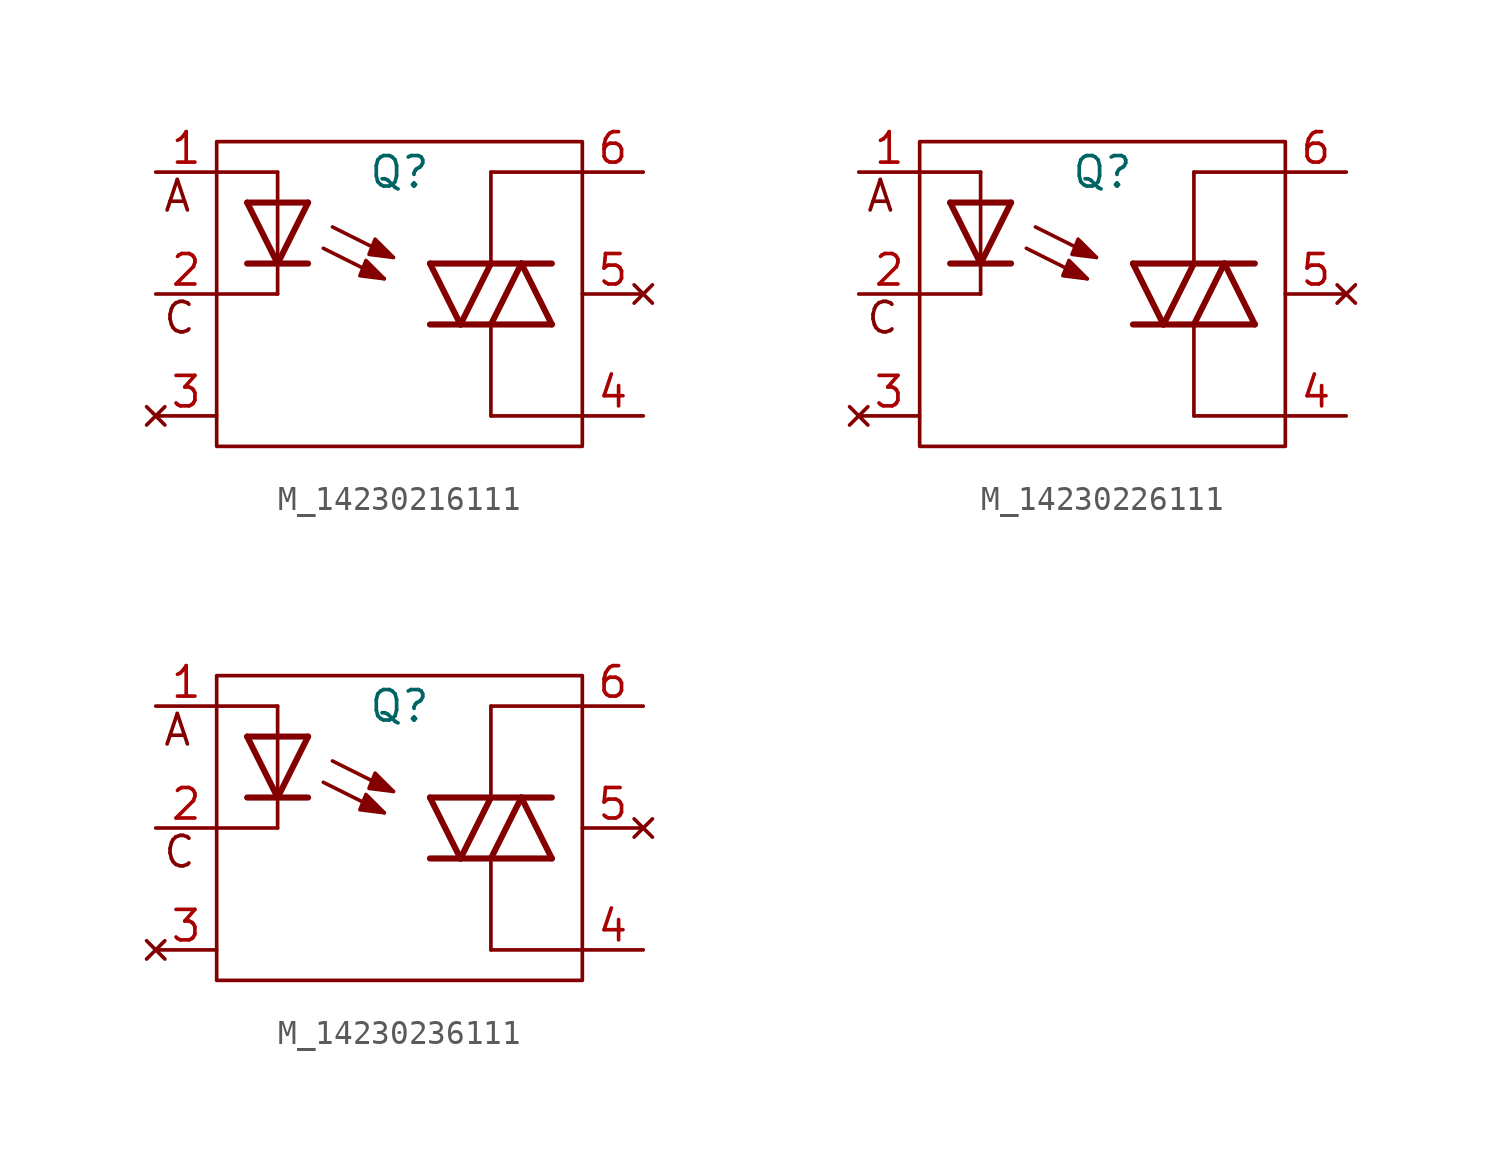
<source format=kicad_sym>
(kicad_symbol_lib
  (version 20220914)
  (generator kicad_symbol_editor)
  (symbol "M_14230216111"
    (pin_names hide)
    (property "Reference" "Q"
      (at 0 5.08 0)
      (effects (font (size 1.27 1.27))))
    (symbol "M_14230216111_0_0"
      (rectangle (start -7.62 6.35) (end 7.62 -6.35) (stroke (width 0) (type default)) (fill (type none)))
      (polyline (pts (xy -5.08 0) (xy -7.62 0)) (stroke (width 0.152) (type default)) (fill (type none)))
      (polyline (pts (xy -5.08 1.27) (xy -6.35 1.27)) (stroke (width 0.254) (type default)) (fill (type none)))
      (polyline (pts (xy -5.08 1.27) (xy -6.35 3.81)) (stroke (width 0.254) (type default)) (fill (type none)))
      (polyline (pts (xy -5.08 1.27) (xy -5.08 0)) (stroke (width 0.152) (type default)) (fill (type none)))
      (polyline (pts (xy -5.08 3.81) (xy -6.35 3.81)) (stroke (width 0.254) (type default)) (fill (type none)))
      (polyline (pts (xy -5.08 3.81) (xy -5.08 1.27)) (stroke (width 0.152) (type default)) (fill (type none)))
      (polyline (pts (xy -5.08 3.81) (xy -5.08 5.08)) (stroke (width 0.152) (type default)) (fill (type none)))
      (polyline (pts (xy -5.08 5.08) (xy -7.62 5.08)) (stroke (width 0.152) (type default)) (fill (type none)))
      (polyline (pts (xy -3.81 1.27) (xy -5.08 1.27)) (stroke (width 0.254) (type default)) (fill (type none)))
      (polyline (pts (xy -3.81 3.81) (xy -5.08 1.27)) (stroke (width 0.254) (type default)) (fill (type none)))
      (polyline (pts (xy -3.81 3.81) (xy -5.08 3.81)) (stroke (width 0.254) (type default)) (fill (type none)))
      (polyline (pts (xy -3.175 1.905) (xy -0.635 0.635)) (stroke (width 0.152) (type default)) (fill (type none)))
      (polyline (pts (xy -2.794 2.794) (xy -0.254 1.524)) (stroke (width 0.152) (type default)) (fill (type none)))
      (polyline (pts (xy 2.54 -1.27) (xy 1.27 -1.27)) (stroke (width 0.254) (type default)) (fill (type none)))
      (polyline (pts (xy 2.54 -1.27) (xy 1.27 1.27)) (stroke (width 0.254) (type default)) (fill (type none)))
      (polyline (pts (xy 3.81 -1.27) (xy 2.54 -1.27)) (stroke (width 0.254) (type default)) (fill (type none)))
      (polyline (pts (xy 3.81 -1.27) (xy 3.81 -5.08)) (stroke (width 0.152) (type default)) (fill (type none)))
      (polyline (pts (xy 3.81 -1.27) (xy 5.08 1.27)) (stroke (width 0.254) (type default)) (fill (type none)))
      (polyline (pts (xy 3.81 -1.27) (xy 6.35 -1.27)) (stroke (width 0.254) (type default)) (fill (type none)))
      (polyline (pts (xy 3.81 1.27) (xy 1.27 1.27)) (stroke (width 0.254) (type default)) (fill (type none)))
      (polyline (pts (xy 3.81 1.27) (xy 2.54 -1.27)) (stroke (width 0.254) (type default)) (fill (type none)))
      (polyline (pts (xy 3.81 1.27) (xy 3.81 5.08)) (stroke (width 0.152) (type default)) (fill (type none)))
      (polyline (pts (xy 3.81 1.27) (xy 5.08 1.27)) (stroke (width 0.254) (type default)) (fill (type none)))
      (polyline (pts (xy 5.08 1.27) (xy 6.35 -1.27)) (stroke (width 0.254) (type default)) (fill (type none)))
      (polyline (pts (xy 5.08 1.27) (xy 6.35 1.27)) (stroke (width 0.254) (type default)) (fill (type none)))
      (polyline (pts (xy 7.62 -5.08) (xy 3.81 -5.08)) (stroke (width 0.152) (type default)) (fill (type none)))
      (polyline (pts (xy 7.62 5.08) (xy 3.81 5.08)) (stroke (width 0.152) (type default)) (fill (type none)))
      (polyline (pts (xy -1.397 1.397) (xy -0.635 0.635) (xy -1.651 0.762) (xy -1.397 1.397)) (stroke (width 0.152) (type default)) (fill (type outline)))
      (polyline (pts (xy -1.016 2.286) (xy -0.254 1.524) (xy -1.27 1.651) (xy -1.016 2.286)) (stroke (width 0.152) (type default)) (fill (type outline)))
      (text "A" (at -9.906 4.826 0) (effects (font (size 1.27 1.27)) (justify left top)))
      (text "C" (at -9.906 -0.254 0) (effects (font (size 1.27 1.27)) (justify left top))))
    (symbol "M_14230216111_1_0"
      (pin passive line (at -10.16 5.08 0) (length 2.54) (name "Anode" (effects (font (size 1.27 1.27)))) (number "1" (effects (font (size 1.27 1.27)))))
      (pin passive line (at -10.16 0 0) (length 2.54) (name "Cathode" (effects (font (size 1.27 1.27)))) (number "2" (effects (font (size 1.27 1.27)))))
      (pin no_connect line (at -10.16 -5.08 0) (length 2.54) (name "NC" (effects (font (size 1.27 1.27)))) (number "3" (effects (font (size 1.27 1.27)))))
      (pin passive line (at 10.16 -5.08 180) (length 2.54) (name "Teminal" (effects (font (size 1.27 1.27)))) (number "4" (effects (font (size 1.27 1.27)))))
      (pin no_connect line (at 10.16 0 180) (length 2.54) (name "NC" (effects (font (size 1.27 1.27)))) (number "5" (effects (font (size 1.27 1.27)))))
      (pin passive line (at 10.16 5.08 180) (length 2.54) (name "Teminal" (effects (font (size 1.27 1.27)))) (number "6" (effects (font (size 1.27 1.27)))))))
  (symbol "M_14230226111"
    (pin_names hide)
    (property "Reference" "Q"
      (at 0 5.08 0)
      (effects (font (size 1.27 1.27))))
    (symbol "M_14230226111_0_0"
      (rectangle (start -7.62 6.35) (end 7.62 -6.35) (stroke (width 0) (type default)) (fill (type none)))
      (polyline (pts (xy -5.08 0) (xy -7.62 0)) (stroke (width 0.152) (type default)) (fill (type none)))
      (polyline (pts (xy -5.08 1.27) (xy -6.35 1.27)) (stroke (width 0.254) (type default)) (fill (type none)))
      (polyline (pts (xy -5.08 1.27) (xy -6.35 3.81)) (stroke (width 0.254) (type default)) (fill (type none)))
      (polyline (pts (xy -5.08 1.27) (xy -5.08 0)) (stroke (width 0.152) (type default)) (fill (type none)))
      (polyline (pts (xy -5.08 3.81) (xy -6.35 3.81)) (stroke (width 0.254) (type default)) (fill (type none)))
      (polyline (pts (xy -5.08 3.81) (xy -5.08 1.27)) (stroke (width 0.152) (type default)) (fill (type none)))
      (polyline (pts (xy -5.08 3.81) (xy -5.08 5.08)) (stroke (width 0.152) (type default)) (fill (type none)))
      (polyline (pts (xy -5.08 5.08) (xy -7.62 5.08)) (stroke (width 0.152) (type default)) (fill (type none)))
      (polyline (pts (xy -3.81 1.27) (xy -5.08 1.27)) (stroke (width 0.254) (type default)) (fill (type none)))
      (polyline (pts (xy -3.81 3.81) (xy -5.08 1.27)) (stroke (width 0.254) (type default)) (fill (type none)))
      (polyline (pts (xy -3.81 3.81) (xy -5.08 3.81)) (stroke (width 0.254) (type default)) (fill (type none)))
      (polyline (pts (xy -3.175 1.905) (xy -0.635 0.635)) (stroke (width 0.152) (type default)) (fill (type none)))
      (polyline (pts (xy -2.794 2.794) (xy -0.254 1.524)) (stroke (width 0.152) (type default)) (fill (type none)))
      (polyline (pts (xy 2.54 -1.27) (xy 1.27 -1.27)) (stroke (width 0.254) (type default)) (fill (type none)))
      (polyline (pts (xy 2.54 -1.27) (xy 1.27 1.27)) (stroke (width 0.254) (type default)) (fill (type none)))
      (polyline (pts (xy 3.81 -1.27) (xy 2.54 -1.27)) (stroke (width 0.254) (type default)) (fill (type none)))
      (polyline (pts (xy 3.81 -1.27) (xy 3.81 -5.08)) (stroke (width 0.152) (type default)) (fill (type none)))
      (polyline (pts (xy 3.81 -1.27) (xy 5.08 1.27)) (stroke (width 0.254) (type default)) (fill (type none)))
      (polyline (pts (xy 3.81 -1.27) (xy 6.35 -1.27)) (stroke (width 0.254) (type default)) (fill (type none)))
      (polyline (pts (xy 3.81 1.27) (xy 1.27 1.27)) (stroke (width 0.254) (type default)) (fill (type none)))
      (polyline (pts (xy 3.81 1.27) (xy 2.54 -1.27)) (stroke (width 0.254) (type default)) (fill (type none)))
      (polyline (pts (xy 3.81 1.27) (xy 3.81 5.08)) (stroke (width 0.152) (type default)) (fill (type none)))
      (polyline (pts (xy 3.81 1.27) (xy 5.08 1.27)) (stroke (width 0.254) (type default)) (fill (type none)))
      (polyline (pts (xy 5.08 1.27) (xy 6.35 -1.27)) (stroke (width 0.254) (type default)) (fill (type none)))
      (polyline (pts (xy 5.08 1.27) (xy 6.35 1.27)) (stroke (width 0.254) (type default)) (fill (type none)))
      (polyline (pts (xy 7.62 -5.08) (xy 3.81 -5.08)) (stroke (width 0.152) (type default)) (fill (type none)))
      (polyline (pts (xy 7.62 5.08) (xy 3.81 5.08)) (stroke (width 0.152) (type default)) (fill (type none)))
      (polyline (pts (xy -1.397 1.397) (xy -0.635 0.635) (xy -1.651 0.762) (xy -1.397 1.397)) (stroke (width 0.152) (type default)) (fill (type outline)))
      (polyline (pts (xy -1.016 2.286) (xy -0.254 1.524) (xy -1.27 1.651) (xy -1.016 2.286)) (stroke (width 0.152) (type default)) (fill (type outline)))
      (text "A" (at -9.906 4.826 0) (effects (font (size 1.27 1.27)) (justify left top)))
      (text "C" (at -9.906 -0.254 0) (effects (font (size 1.27 1.27)) (justify left top))))
    (symbol "M_14230226111_1_0"
      (pin passive line (at -10.16 5.08 0) (length 2.54) (name "Anode" (effects (font (size 1.27 1.27)))) (number "1" (effects (font (size 1.27 1.27)))))
      (pin passive line (at -10.16 0 0) (length 2.54) (name "Cathode" (effects (font (size 1.27 1.27)))) (number "2" (effects (font (size 1.27 1.27)))))
      (pin no_connect line (at -10.16 -5.08 0) (length 2.54) (name "NC" (effects (font (size 1.27 1.27)))) (number "3" (effects (font (size 1.27 1.27)))))
      (pin passive line (at 10.16 -5.08 180) (length 2.54) (name "Teminal" (effects (font (size 1.27 1.27)))) (number "4" (effects (font (size 1.27 1.27)))))
      (pin no_connect line (at 10.16 0 180) (length 2.54) (name "NC" (effects (font (size 1.27 1.27)))) (number "5" (effects (font (size 1.27 1.27)))))
      (pin passive line (at 10.16 5.08 180) (length 2.54) (name "Teminal" (effects (font (size 1.27 1.27)))) (number "6" (effects (font (size 1.27 1.27)))))))
  (symbol "M_14230236111"
    (pin_names hide)
    (property "Reference" "Q"
      (at 0 5.08 0)
      (effects (font (size 1.27 1.27))))
    (symbol "M_14230236111_0_0"
      (rectangle (start -7.62 6.35) (end 7.62 -6.35) (stroke (width 0) (type default)) (fill (type none)))
      (polyline (pts (xy -5.08 0) (xy -7.62 0)) (stroke (width 0.152) (type default)) (fill (type none)))
      (polyline (pts (xy -5.08 1.27) (xy -6.35 1.27)) (stroke (width 0.254) (type default)) (fill (type none)))
      (polyline (pts (xy -5.08 1.27) (xy -6.35 3.81)) (stroke (width 0.254) (type default)) (fill (type none)))
      (polyline (pts (xy -5.08 1.27) (xy -5.08 0)) (stroke (width 0.152) (type default)) (fill (type none)))
      (polyline (pts (xy -5.08 3.81) (xy -6.35 3.81)) (stroke (width 0.254) (type default)) (fill (type none)))
      (polyline (pts (xy -5.08 3.81) (xy -5.08 1.27)) (stroke (width 0.152) (type default)) (fill (type none)))
      (polyline (pts (xy -5.08 3.81) (xy -5.08 5.08)) (stroke (width 0.152) (type default)) (fill (type none)))
      (polyline (pts (xy -5.08 5.08) (xy -7.62 5.08)) (stroke (width 0.152) (type default)) (fill (type none)))
      (polyline (pts (xy -3.81 1.27) (xy -5.08 1.27)) (stroke (width 0.254) (type default)) (fill (type none)))
      (polyline (pts (xy -3.81 3.81) (xy -5.08 1.27)) (stroke (width 0.254) (type default)) (fill (type none)))
      (polyline (pts (xy -3.81 3.81) (xy -5.08 3.81)) (stroke (width 0.254) (type default)) (fill (type none)))
      (polyline (pts (xy -3.175 1.905) (xy -0.635 0.635)) (stroke (width 0.152) (type default)) (fill (type none)))
      (polyline (pts (xy -2.794 2.794) (xy -0.254 1.524)) (stroke (width 0.152) (type default)) (fill (type none)))
      (polyline (pts (xy 2.54 -1.27) (xy 1.27 -1.27)) (stroke (width 0.254) (type default)) (fill (type none)))
      (polyline (pts (xy 2.54 -1.27) (xy 1.27 1.27)) (stroke (width 0.254) (type default)) (fill (type none)))
      (polyline (pts (xy 3.81 -1.27) (xy 2.54 -1.27)) (stroke (width 0.254) (type default)) (fill (type none)))
      (polyline (pts (xy 3.81 -1.27) (xy 3.81 -5.08)) (stroke (width 0.152) (type default)) (fill (type none)))
      (polyline (pts (xy 3.81 -1.27) (xy 5.08 1.27)) (stroke (width 0.254) (type default)) (fill (type none)))
      (polyline (pts (xy 3.81 -1.27) (xy 6.35 -1.27)) (stroke (width 0.254) (type default)) (fill (type none)))
      (polyline (pts (xy 3.81 1.27) (xy 1.27 1.27)) (stroke (width 0.254) (type default)) (fill (type none)))
      (polyline (pts (xy 3.81 1.27) (xy 2.54 -1.27)) (stroke (width 0.254) (type default)) (fill (type none)))
      (polyline (pts (xy 3.81 1.27) (xy 3.81 5.08)) (stroke (width 0.152) (type default)) (fill (type none)))
      (polyline (pts (xy 3.81 1.27) (xy 5.08 1.27)) (stroke (width 0.254) (type default)) (fill (type none)))
      (polyline (pts (xy 5.08 1.27) (xy 6.35 -1.27)) (stroke (width 0.254) (type default)) (fill (type none)))
      (polyline (pts (xy 5.08 1.27) (xy 6.35 1.27)) (stroke (width 0.254) (type default)) (fill (type none)))
      (polyline (pts (xy 7.62 -5.08) (xy 3.81 -5.08)) (stroke (width 0.152) (type default)) (fill (type none)))
      (polyline (pts (xy 7.62 5.08) (xy 3.81 5.08)) (stroke (width 0.152) (type default)) (fill (type none)))
      (polyline (pts (xy -1.397 1.397) (xy -0.635 0.635) (xy -1.651 0.762) (xy -1.397 1.397)) (stroke (width 0.152) (type default)) (fill (type outline)))
      (polyline (pts (xy -1.016 2.286) (xy -0.254 1.524) (xy -1.27 1.651) (xy -1.016 2.286)) (stroke (width 0.152) (type default)) (fill (type outline)))
      (text "A" (at -9.906 4.826 0) (effects (font (size 1.27 1.27)) (justify left top)))
      (text "C" (at -9.906 -0.254 0) (effects (font (size 1.27 1.27)) (justify left top))))
    (symbol "M_14230236111_1_0"
      (pin passive line (at -10.16 5.08 0) (length 2.54) (name "Anode" (effects (font (size 1.27 1.27)))) (number "1" (effects (font (size 1.27 1.27)))))
      (pin passive line (at -10.16 0 0) (length 2.54) (name "Cathode" (effects (font (size 1.27 1.27)))) (number "2" (effects (font (size 1.27 1.27)))))
      (pin no_connect line (at -10.16 -5.08 0) (length 2.54) (name "NC" (effects (font (size 1.27 1.27)))) (number "3" (effects (font (size 1.27 1.27)))))
      (pin passive line (at 10.16 -5.08 180) (length 2.54) (name "Teminal" (effects (font (size 1.27 1.27)))) (number "4" (effects (font (size 1.27 1.27)))))
      (pin no_connect line (at 10.16 0 180) (length 2.54) (name "NC" (effects (font (size 1.27 1.27)))) (number "5" (effects (font (size 1.27 1.27)))))
      (pin passive line (at 10.16 5.08 180) (length 2.54) (name "Teminal" (effects (font (size 1.27 1.27)))) (number "6" (effects (font (size 1.27 1.27))))))))
</source>
